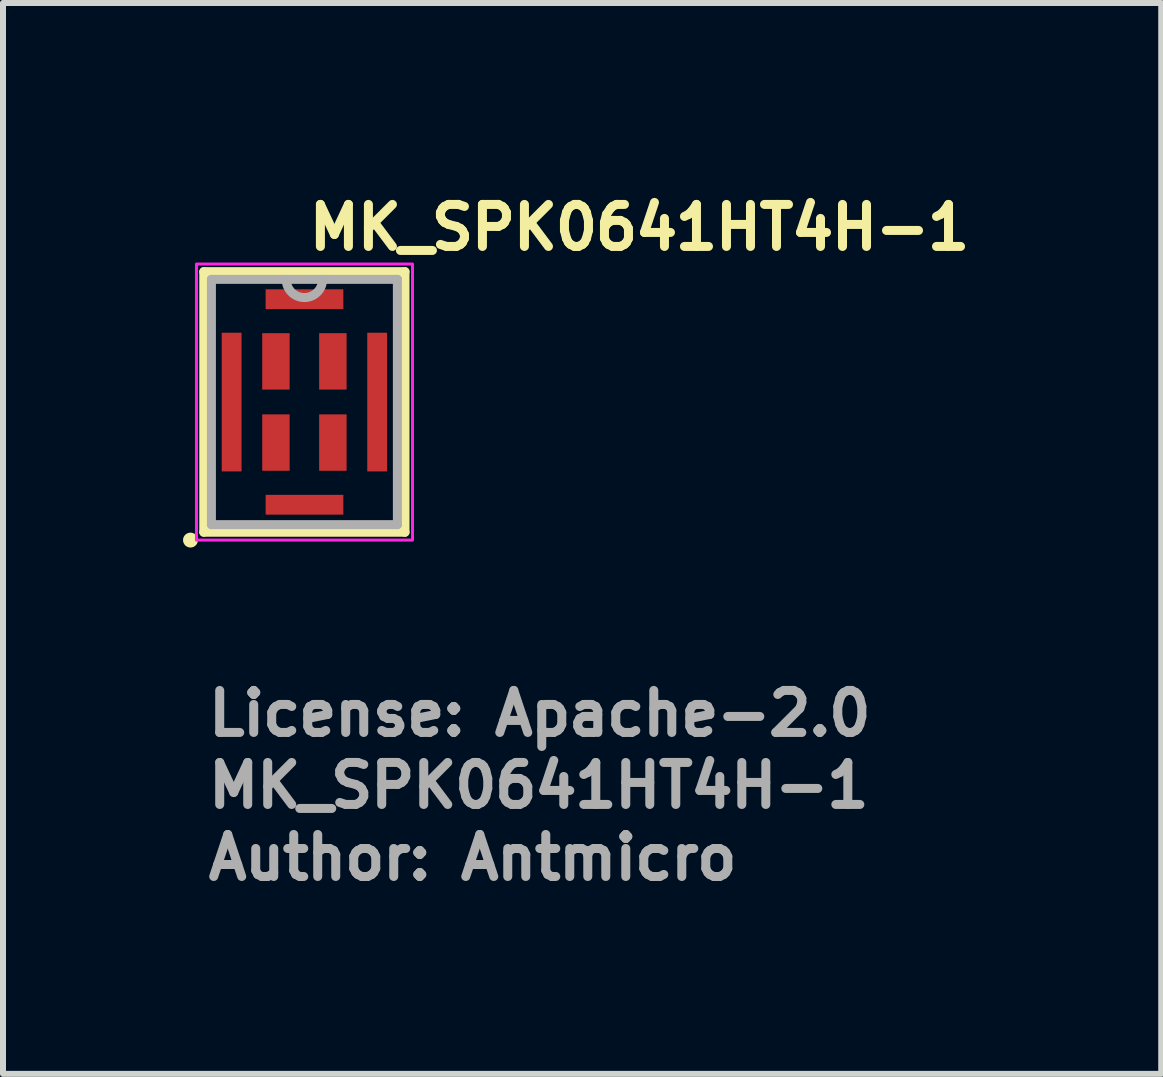
<source format=kicad_pcb>
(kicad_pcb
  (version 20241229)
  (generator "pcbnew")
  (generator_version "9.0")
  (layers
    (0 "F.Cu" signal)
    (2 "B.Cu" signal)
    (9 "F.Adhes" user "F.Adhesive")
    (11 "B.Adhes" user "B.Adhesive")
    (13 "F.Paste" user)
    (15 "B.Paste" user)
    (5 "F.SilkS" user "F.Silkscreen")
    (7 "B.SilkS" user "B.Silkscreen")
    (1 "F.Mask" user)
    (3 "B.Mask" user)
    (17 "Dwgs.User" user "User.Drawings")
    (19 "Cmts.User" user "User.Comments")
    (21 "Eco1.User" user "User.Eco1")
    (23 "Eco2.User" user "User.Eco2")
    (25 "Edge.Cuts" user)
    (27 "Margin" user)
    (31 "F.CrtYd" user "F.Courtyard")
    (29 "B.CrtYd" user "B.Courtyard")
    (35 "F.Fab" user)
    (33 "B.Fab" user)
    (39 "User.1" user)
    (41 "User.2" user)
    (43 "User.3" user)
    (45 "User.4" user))
  (footprint "MK_SPK0641HT4H-1"
    (layer "F.Cu")
    (at 2.024 3.65)
    (property "Reference" "MK_SPK0641HT4H-1" (at 0 -2.5 0) (unlocked yes) (layer "F.SilkS") (effects (font (size 0.7 0.7) (thickness 0.15)) (justify left bottom)))
    (attr smd)
    (fp_line (start -1.678 -2.173) (end -1.678 2.169) (stroke (width 0.15) (type solid)) (layer "F.SilkS"))
    (fp_line (start -1.678 2.169) (end 1.675 2.169) (stroke (width 0.15) (type solid)) (layer "F.SilkS"))
    (fp_line (start 1.675 -2.173) (end -1.678 -2.173) (stroke (width 0.15) (type solid)) (layer "F.SilkS"))
    (fp_line (start 1.675 2.169) (end 1.675 -2.173) (stroke (width 0.15) (type solid)) (layer "F.SilkS"))
    (fp_circle (center -1.9 2.3) (end -1.851 2.3) (stroke (width 0.15) (type solid)) (fill yes) (layer "F.SilkS"))
    (fp_rect (start -1.8 -2.3) (end 1.8 2.3) (stroke (width 0.05) (type solid)) (fill no) (layer "F.CrtYd"))
    (fp_line (start -1.551 -2.045) (end -1.551 2.043) (stroke (width 0.15) (type solid)) (layer "F.Fab"))
    (fp_line (start -1.551 2.043) (end 1.548 2.043) (stroke (width 0.15) (type solid)) (layer "F.Fab"))
    (fp_line (start 1.548 -2.045) (end -1.551 -2.045) (stroke (width 0.15) (type solid)) (layer "F.Fab"))
    (fp_line (start 1.548 2.043) (end 1.548 -2.045) (stroke (width 0.15) (type solid)) (layer "F.Fab"))
    (fp_arc (start 0.302 -2.045) (mid 0 -1.74) (end -0.305 -2.045) (stroke (width 0.15) (type solid)) (layer "F.Fab"))
    (fp_rect (start -1.5 -2) (end 1.499 1.999) (stroke (width 0.1) (type solid)) (fill no) (layer "User.5"))
    (fp_line (start -1.5 -2) (end 1.499 -2) (stroke (width 0.02) (type solid)) (layer "User.9"))
    (fp_line (start -1.5 1.999) (end -1.5 -2) (stroke (width 0.02) (type solid)) (layer "User.9"))
    (fp_line (start 1.499 -2) (end 1.499 1.999) (stroke (width 0.02) (type solid)) (layer "User.9"))
    (fp_line (start 1.499 1.999) (end -1.5 1.999) (stroke (width 0.02) (type solid)) (layer "User.9"))
    (fp_text user "License: Apache-2.0" (at -1.678 5.599 0) (layer "F.Fab") (effects (font (size 0.7 0.7) (thickness 0.15)) (justify left bottom)))
    (fp_text user "${REFERENCE}" (at -1.678 6.799 0) (unlocked yes) (layer "F.Fab") (effects (font (size 0.7 0.7) (thickness 0.15)) (justify left bottom)))
    (fp_text user "Author: Antmicro" (at -1.678 7.999 0) (layer "F.Fab") (effects (font (size 0.7 0.7) (thickness 0.15)) (justify left bottom)))
    (pad "1" smd rect (at -0.476 0.675) (size 0.457 0.94) (layers "F.Cu" "F.Mask" "F.Paste"))
    (pad "2" smd rect (at -0.476 -0.678) (size 0.457 0.94) (layers "F.Cu" "F.Mask" "F.Paste"))
    (pad "3" smd rect (at 0.473 -0.678) (size 0.457 0.94) (layers "F.Cu" "F.Mask" "F.Paste"))
    (pad "4" smd rect (at 0.473 0.675) (size 0.457 0.94) (layers "F.Cu" "F.Mask" "F.Paste"))
    (pad "5" smd rect (at 0 1.711) (size 1.295 0.33) (layers "F.Cu" "F.Mask" "F.Paste"))
    (pad "6" smd rect (at -1.214 0) (size 0.33 2.311) (layers "F.Cu" "F.Mask" "F.Paste"))
    (pad "7" smd rect (at 0 -1.714) (size 1.295 0.33) (layers "F.Cu" "F.Mask" "F.Paste"))
    (pad "8" smd rect (at 1.211 0) (size 0.33 2.311) (layers "F.Cu" "F.Mask" "F.Paste")))
  (gr_rect
    (start -3 -3)
    (end 16.301 14.845)
    (stroke (width 0.1) (type default))
    (fill no)
    (layer "Edge.Cuts")))
</source>
